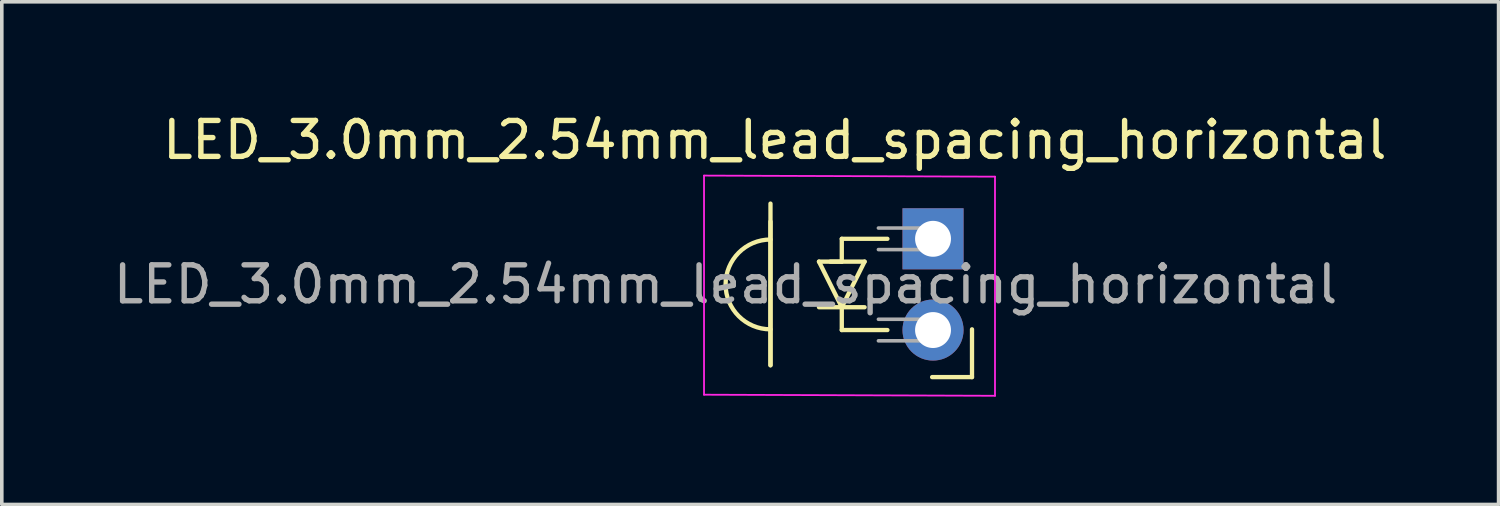
<source format=kicad_pcb>
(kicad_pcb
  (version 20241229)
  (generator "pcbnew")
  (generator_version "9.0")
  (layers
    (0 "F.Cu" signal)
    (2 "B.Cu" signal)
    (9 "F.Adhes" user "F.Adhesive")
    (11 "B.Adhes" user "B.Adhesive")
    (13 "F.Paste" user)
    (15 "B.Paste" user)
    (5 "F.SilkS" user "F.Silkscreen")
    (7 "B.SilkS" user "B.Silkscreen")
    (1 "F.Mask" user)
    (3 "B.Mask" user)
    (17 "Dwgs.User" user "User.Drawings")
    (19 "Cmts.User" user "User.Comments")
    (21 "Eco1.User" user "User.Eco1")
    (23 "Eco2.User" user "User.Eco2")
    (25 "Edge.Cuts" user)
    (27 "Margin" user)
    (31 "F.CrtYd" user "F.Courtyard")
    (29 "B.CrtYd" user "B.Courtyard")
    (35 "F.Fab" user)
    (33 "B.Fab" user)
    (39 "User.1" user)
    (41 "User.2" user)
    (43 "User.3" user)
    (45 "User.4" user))
  (footprint "LED_3.0mm_2.54mm_lead_spacing_horizontal"
    (layer "F.Cu")
    (at 22.899 3.618)
    (property "Reference" "LED_3.0mm_2.54mm_lead_spacing_horizontal" (at -4.38 -2.77 0) (layer "F.SilkS") (effects (font (size 1 1) (thickness 0.15))))
    (attr through_hole)
    (fp_line (start -4.5 -0.5) (end -4.5 3.5) (stroke (width 0.12) (type default)) (layer "F.SilkS"))
    (fp_line (start -4.5 3.5) (end -4.5 -1) (stroke (width 0.12) (type default)) (layer "F.SilkS"))
    (fp_line (start -3.15 0.615) (end -2.515 1.885) (stroke (width 0.12) (type default)) (layer "F.SilkS"))
    (fp_line (start -3.15 1.885) (end -1.88 1.885) (stroke (width 0.12) (type default)) (layer "F.SilkS"))
    (fp_line (start -2.515 -0.02) (end -2.515 0.615) (stroke (width 0.12) (type default)) (layer "F.SilkS"))
    (fp_line (start -2.515 0.615) (end -3.15 0.615) (stroke (width 0.12) (type default)) (layer "F.SilkS"))
    (fp_line (start -2.515 1.885) (end -2.515 2.52) (stroke (width 0.12) (type default)) (layer "F.SilkS"))
    (fp_line (start -2.515 1.885) (end -1.88 0.615) (stroke (width 0.12) (type default)) (layer "F.SilkS"))
    (fp_line (start -2.515 2.52) (end -1.245 2.52) (stroke (width 0.12) (type default)) (layer "F.SilkS"))
    (fp_line (start -1.88 0.615) (end -2.833 0.615) (stroke (width 0.12) (type default)) (layer "F.SilkS"))
    (fp_line (start -1.245 -0.02) (end -2.515 -0.02) (stroke (width 0.12) (type default)) (layer "F.SilkS"))
    (fp_line (start 0 3.83) (end 1.11 3.83) (stroke (width 0.12) (type solid)) (layer "F.SilkS"))
    (fp_line (start 1.11 3.83) (end 1.11 2.5) (stroke (width 0.12) (type solid)) (layer "F.SilkS"))
    (fp_arc (start -4.5 2.5) (mid -5.75 1.25) (end -4.5 0) (stroke (width 0.12) (type default)) (layer "F.SilkS"))
    (fp_line (start -6.35 -1.78) (end -6.35 4.32) (stroke (width 0.05) (type solid)) (layer "F.CrtYd"))
    (fp_line (start -6.35 4.32) (end 1.75 4.35) (stroke (width 0.05) (type solid)) (layer "F.CrtYd"))
    (fp_line (start 1.75 -1.75) (end -6.35 -1.78) (stroke (width 0.05) (type solid)) (layer "F.CrtYd"))
    (fp_line (start 1.75 4.35) (end 1.75 -1.75) (stroke (width 0.05) (type solid)) (layer "F.CrtYd"))
    (fp_line (start -1.495 0.28) (end 0.025 0.28) (stroke (width 0.1) (type solid)) (layer "F.Fab"))
    (fp_line (start -1.495 2.82) (end 0.025 2.82) (stroke (width 0.1) (type solid)) (layer "F.Fab"))
    (fp_line (start 0 -0.34) (end 0 0.26) (stroke (width 0.1) (type solid)) (layer "F.Fab"))
    (fp_line (start 0 2.2) (end 0 2.8) (stroke (width 0.1) (type solid)) (layer "F.Fab"))
    (fp_line (start 0.025 -0.32) (end -1.495 -0.32) (stroke (width 0.1) (type solid)) (layer "F.Fab"))
    (fp_line (start 0.025 2.22) (end -1.495 2.22) (stroke (width 0.1) (type solid)) (layer "F.Fab"))
    (fp_text user "${REFERENCE}" (at -5.75 1.25 0) (layer "F.Fab") (effects (font (size 1 1) (thickness 0.15))))
    (pad "1" thru_hole rect (at 0.025 -0.02) (size 1.7 1.7) (drill 1) (layers "*.Cu" "*.Mask"))
    (pad "2" thru_hole oval (at 0.025 2.52) (size 1.7 1.7) (drill 1) (layers "*.Cu" "*.Mask")))
  (gr_rect
    (start -3 -3)
    (end 38.668 10.993)
    (stroke (width 0.1) (type default))
    (fill no)
    (layer "Edge.Cuts")))
</source>
